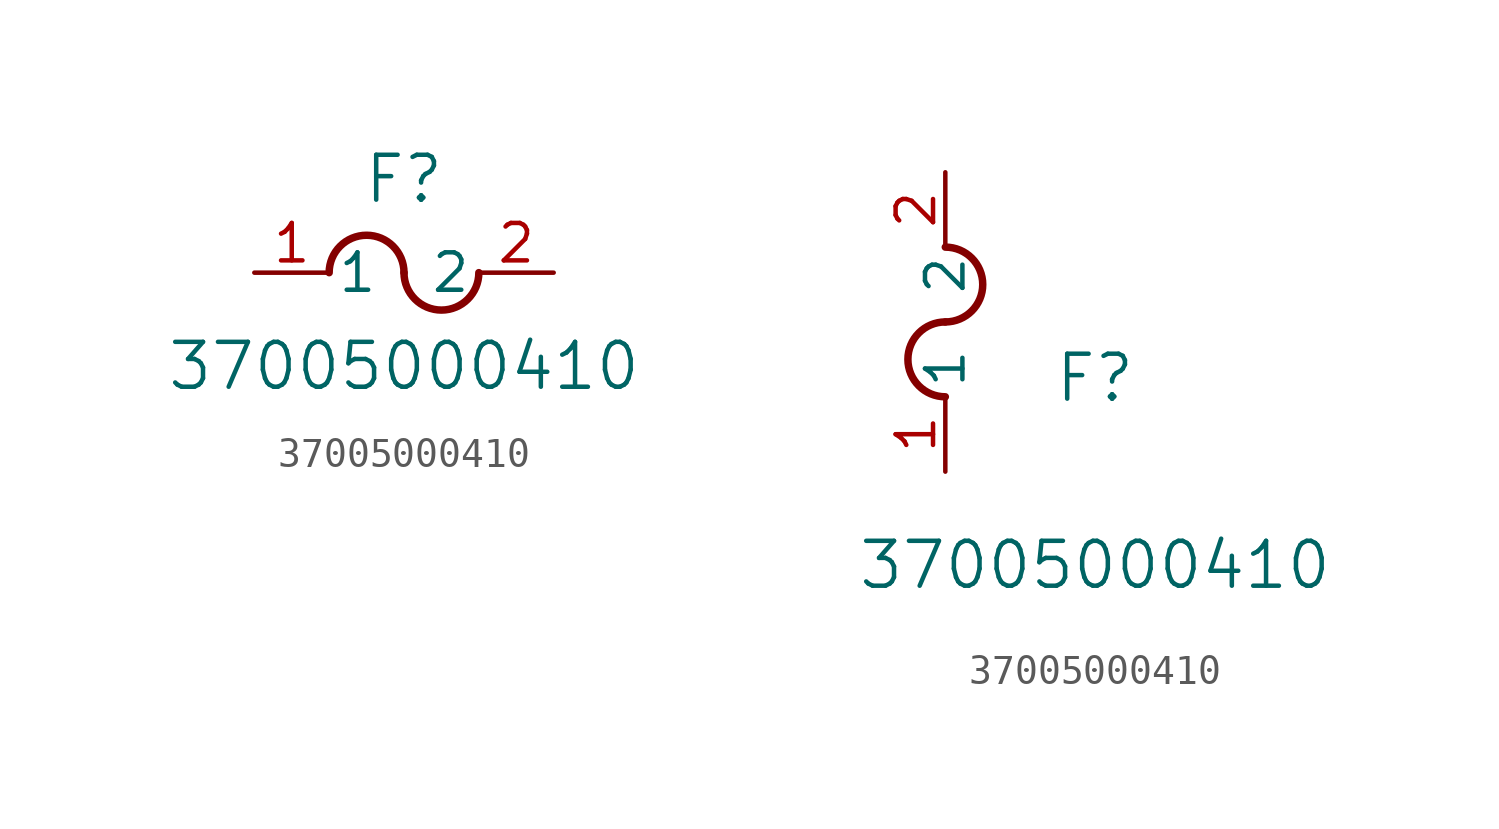
<source format=kicad_sym>
(kicad_symbol_lib
  (version 20211014)
  (generator kicad_symbol_editor)
  (symbol "37005000410"
    (pin_names
      (offset 0.254))
    (property "Reference" "F"
      (at 5.08 3.175 0)
      (effects (font (size 1.524 1.524))))
    (property "Value" "37005000410"
      (at 5.08 -3.175 0)
      (effects (font (size 1.524 1.524))))
    (symbol "37005000410_1_1"
      (arc (start 5.08 0) (mid 3.81 1.27) (end 2.54 0) (stroke (width 0.254) (type default) (color 0 0 0 0)) (fill (type none)))
      (arc (start 5.08 0) (mid 6.35 -1.27) (end 7.62 0) (stroke (width 0.254) (type default) (color 0 0 0 0)) (fill (type none)))
      (pin unspecified line (at 0 0 0) (length 2.54) (name "1" (effects (font (size 1.27 1.27)))) (number "1" (effects (font (size 1.27 1.27)))))
      (pin unspecified line (at 10.16 0 180) (length 2.54) (name "2" (effects (font (size 1.27 1.27)))) (number "2" (effects (font (size 1.27 1.27))))))
    (symbol "37005000410_1_2"
      (arc (start 0 5.08) (mid -1.27 3.81) (end 0 2.54) (stroke (width 0.254) (type default) (color 0 0 0 0)) (fill (type none)))
      (arc (start 0 5.08) (mid 1.27 6.35) (end 0 7.62) (stroke (width 0.254) (type default) (color 0 0 0 0)) (fill (type none)))
      (pin unspecified line (at 0 0 90) (length 2.54) (name "1" (effects (font (size 1.27 1.27)))) (number "1" (effects (font (size 1.27 1.27)))))
      (pin unspecified line (at 0 10.16 270) (length 2.54) (name "2" (effects (font (size 1.27 1.27)))) (number "2" (effects (font (size 1.27 1.27))))))))
</source>
